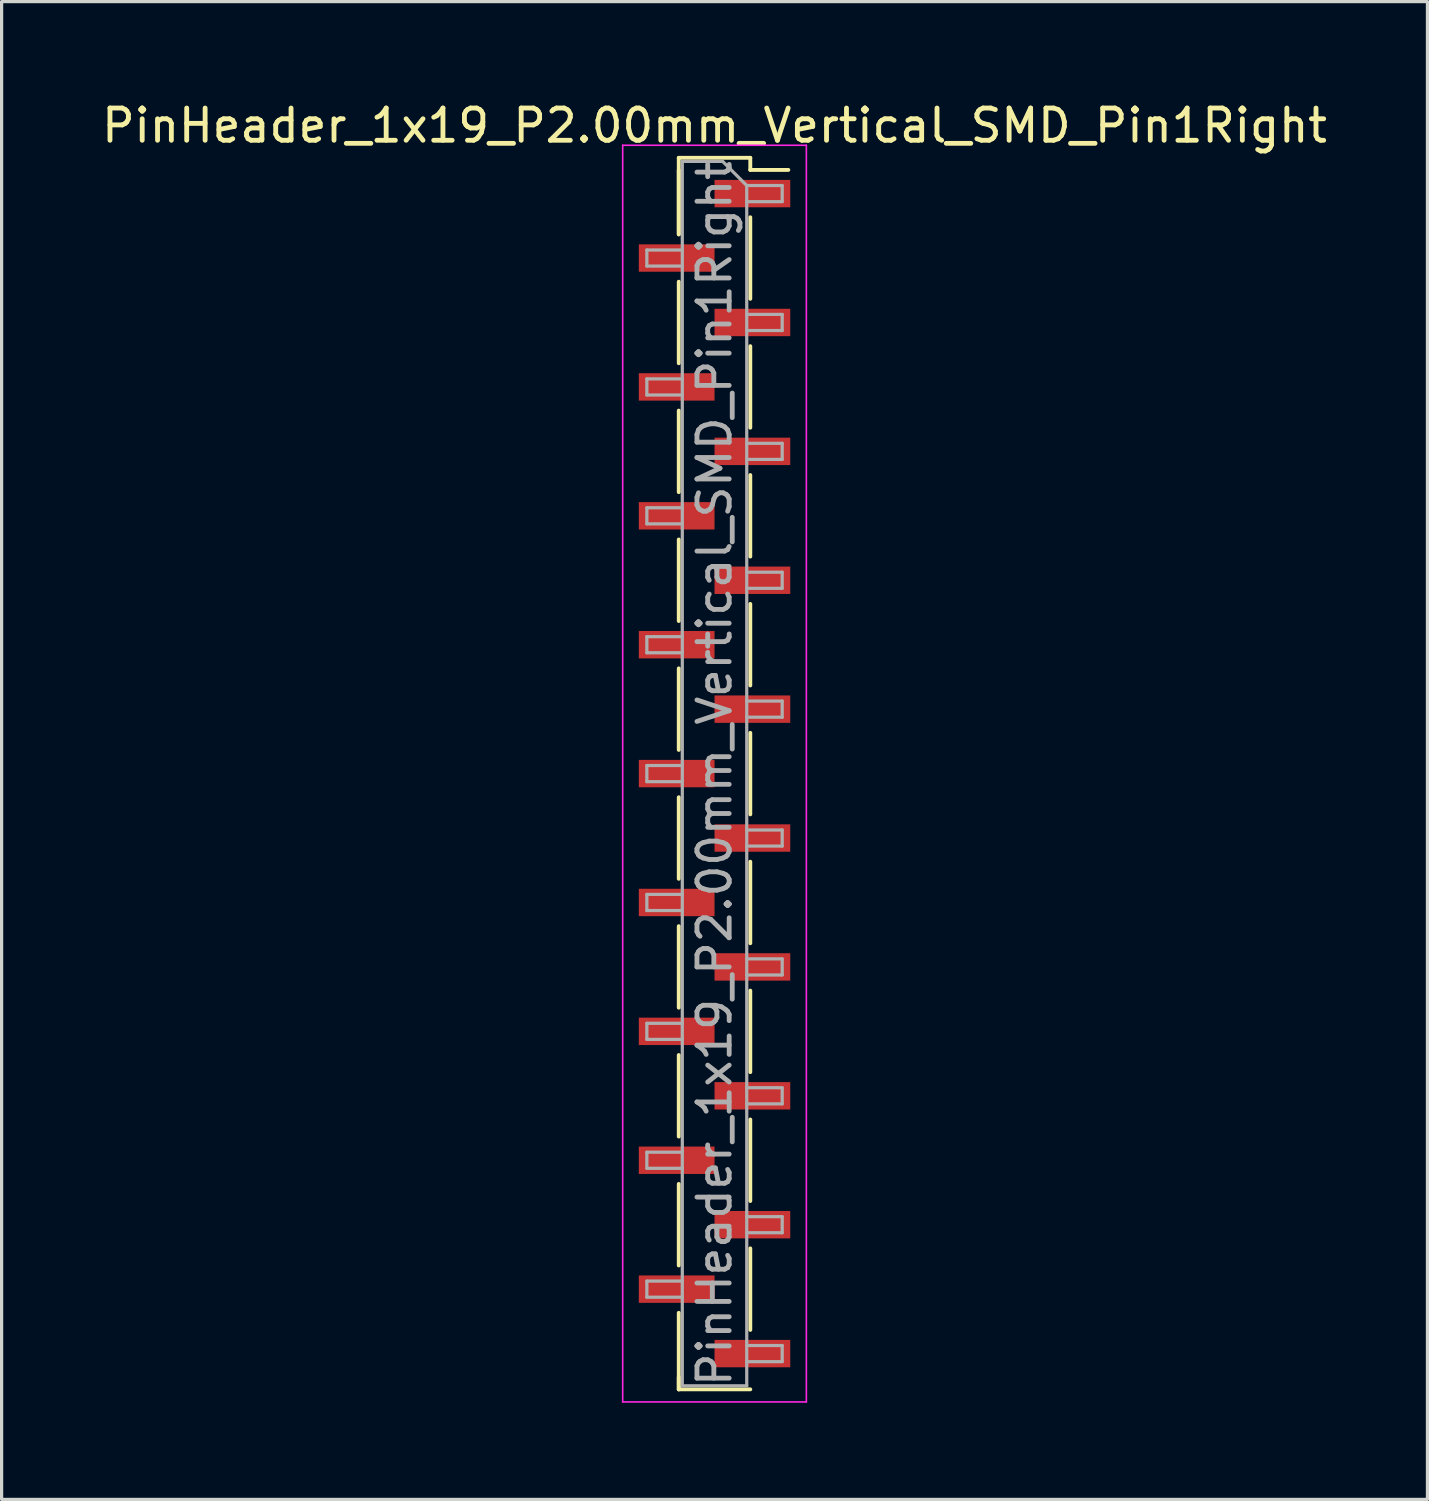
<source format=kicad_pcb>
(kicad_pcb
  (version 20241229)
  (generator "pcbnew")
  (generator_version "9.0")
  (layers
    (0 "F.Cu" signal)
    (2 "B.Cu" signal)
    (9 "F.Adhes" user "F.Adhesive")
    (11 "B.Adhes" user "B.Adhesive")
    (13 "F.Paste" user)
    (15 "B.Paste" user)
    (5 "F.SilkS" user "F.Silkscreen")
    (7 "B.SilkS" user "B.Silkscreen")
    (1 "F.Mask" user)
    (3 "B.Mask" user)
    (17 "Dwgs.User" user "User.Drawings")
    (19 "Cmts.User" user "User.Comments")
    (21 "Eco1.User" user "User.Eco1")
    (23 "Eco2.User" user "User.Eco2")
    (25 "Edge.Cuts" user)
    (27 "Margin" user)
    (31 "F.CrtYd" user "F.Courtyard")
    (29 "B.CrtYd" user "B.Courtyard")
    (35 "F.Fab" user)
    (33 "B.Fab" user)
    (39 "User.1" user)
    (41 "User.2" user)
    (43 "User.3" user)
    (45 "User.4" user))
  (footprint "PinHeader_1x19_P2.00mm_Vertical_SMD_Pin1Right"
    (layer "F.Cu")
    (at 19.125 20.958)
    (property "Reference" "PinHeader_1x19_P2.00mm_Vertical_SMD_Pin1Right" (at 0 -20.11 0) (layer "F.SilkS") (effects (font (size 1 1) (thickness 0.15))))
    (attr smd)
    (fp_line (start -1.11 -19.11) (end -1.11 -16.735) (stroke (width 0.12) (type solid)) (layer "F.SilkS"))
    (fp_line (start -1.11 -19.11) (end 1.11 -19.11) (stroke (width 0.12) (type solid)) (layer "F.SilkS"))
    (fp_line (start -1.11 -18.735) (end -1.11 -16.735) (stroke (width 0.12) (type solid)) (layer "F.SilkS"))
    (fp_line (start -1.11 -15.265) (end -1.11 -12.735) (stroke (width 0.12) (type solid)) (layer "F.SilkS"))
    (fp_line (start -1.11 -11.265) (end -1.11 -8.735) (stroke (width 0.12) (type solid)) (layer "F.SilkS"))
    (fp_line (start -1.11 -7.265) (end -1.11 -4.735) (stroke (width 0.12) (type solid)) (layer "F.SilkS"))
    (fp_line (start -1.11 -3.265) (end -1.11 -0.735) (stroke (width 0.12) (type solid)) (layer "F.SilkS"))
    (fp_line (start -1.11 0.735) (end -1.11 3.265) (stroke (width 0.12) (type solid)) (layer "F.SilkS"))
    (fp_line (start -1.11 4.735) (end -1.11 7.265) (stroke (width 0.12) (type solid)) (layer "F.SilkS"))
    (fp_line (start -1.11 8.735) (end -1.11 11.265) (stroke (width 0.12) (type solid)) (layer "F.SilkS"))
    (fp_line (start -1.11 12.735) (end -1.11 15.265) (stroke (width 0.12) (type solid)) (layer "F.SilkS"))
    (fp_line (start -1.11 16.735) (end -1.11 19.11) (stroke (width 0.12) (type solid)) (layer "F.SilkS"))
    (fp_line (start -1.11 18.735) (end -1.11 19.11) (stroke (width 0.12) (type solid)) (layer "F.SilkS"))
    (fp_line (start -1.11 19.11) (end 1.11 19.11) (stroke (width 0.12) (type solid)) (layer "F.SilkS"))
    (fp_line (start 1.11 -19.11) (end 1.11 -18.735) (stroke (width 0.12) (type solid)) (layer "F.SilkS"))
    (fp_line (start 1.11 -18.735) (end 2.29 -18.735) (stroke (width 0.12) (type solid)) (layer "F.SilkS"))
    (fp_line (start 1.11 -17.265) (end 1.11 -14.735) (stroke (width 0.12) (type solid)) (layer "F.SilkS"))
    (fp_line (start 1.11 -13.265) (end 1.11 -10.735) (stroke (width 0.12) (type solid)) (layer "F.SilkS"))
    (fp_line (start 1.11 -9.265) (end 1.11 -6.735) (stroke (width 0.12) (type solid)) (layer "F.SilkS"))
    (fp_line (start 1.11 -5.265) (end 1.11 -2.735) (stroke (width 0.12) (type solid)) (layer "F.SilkS"))
    (fp_line (start 1.11 -1.265) (end 1.11 1.265) (stroke (width 0.12) (type solid)) (layer "F.SilkS"))
    (fp_line (start 1.11 2.735) (end 1.11 5.265) (stroke (width 0.12) (type solid)) (layer "F.SilkS"))
    (fp_line (start 1.11 6.735) (end 1.11 9.265) (stroke (width 0.12) (type solid)) (layer "F.SilkS"))
    (fp_line (start 1.11 10.735) (end 1.11 13.265) (stroke (width 0.12) (type solid)) (layer "F.SilkS"))
    (fp_line (start 1.11 14.735) (end 1.11 17.265) (stroke (width 0.12) (type solid)) (layer "F.SilkS"))
    (fp_line (start -2.85 -19.5) (end -2.85 19.5) (stroke (width 0.05) (type solid)) (layer "F.CrtYd"))
    (fp_line (start -2.85 19.5) (end 2.85 19.5) (stroke (width 0.05) (type solid)) (layer "F.CrtYd"))
    (fp_line (start 2.85 -19.5) (end -2.85 -19.5) (stroke (width 0.05) (type solid)) (layer "F.CrtYd"))
    (fp_line (start 2.85 19.5) (end 2.85 -19.5) (stroke (width 0.05) (type solid)) (layer "F.CrtYd"))
    (fp_line (start -2.1 -16.25) (end -2.1 -15.75) (stroke (width 0.1) (type solid)) (layer "F.Fab"))
    (fp_line (start -2.1 -15.75) (end -1 -15.75) (stroke (width 0.1) (type solid)) (layer "F.Fab"))
    (fp_line (start -2.1 -12.25) (end -2.1 -11.75) (stroke (width 0.1) (type solid)) (layer "F.Fab"))
    (fp_line (start -2.1 -11.75) (end -1 -11.75) (stroke (width 0.1) (type solid)) (layer "F.Fab"))
    (fp_line (start -2.1 -8.25) (end -2.1 -7.75) (stroke (width 0.1) (type solid)) (layer "F.Fab"))
    (fp_line (start -2.1 -7.75) (end -1 -7.75) (stroke (width 0.1) (type solid)) (layer "F.Fab"))
    (fp_line (start -2.1 -4.25) (end -2.1 -3.75) (stroke (width 0.1) (type solid)) (layer "F.Fab"))
    (fp_line (start -2.1 -3.75) (end -1 -3.75) (stroke (width 0.1) (type solid)) (layer "F.Fab"))
    (fp_line (start -2.1 -0.25) (end -2.1 0.25) (stroke (width 0.1) (type solid)) (layer "F.Fab"))
    (fp_line (start -2.1 0.25) (end -1 0.25) (stroke (width 0.1) (type solid)) (layer "F.Fab"))
    (fp_line (start -2.1 3.75) (end -2.1 4.25) (stroke (width 0.1) (type solid)) (layer "F.Fab"))
    (fp_line (start -2.1 4.25) (end -1 4.25) (stroke (width 0.1) (type solid)) (layer "F.Fab"))
    (fp_line (start -2.1 7.75) (end -2.1 8.25) (stroke (width 0.1) (type solid)) (layer "F.Fab"))
    (fp_line (start -2.1 8.25) (end -1 8.25) (stroke (width 0.1) (type solid)) (layer "F.Fab"))
    (fp_line (start -2.1 11.75) (end -2.1 12.25) (stroke (width 0.1) (type solid)) (layer "F.Fab"))
    (fp_line (start -2.1 12.25) (end -1 12.25) (stroke (width 0.1) (type solid)) (layer "F.Fab"))
    (fp_line (start -2.1 15.75) (end -2.1 16.25) (stroke (width 0.1) (type solid)) (layer "F.Fab"))
    (fp_line (start -2.1 16.25) (end -1 16.25) (stroke (width 0.1) (type solid)) (layer "F.Fab"))
    (fp_line (start -1 -19) (end -1 19) (stroke (width 0.1) (type solid)) (layer "F.Fab"))
    (fp_line (start -1 -19) (end 0.25 -19) (stroke (width 0.1) (type solid)) (layer "F.Fab"))
    (fp_line (start -1 -16.25) (end -2.1 -16.25) (stroke (width 0.1) (type solid)) (layer "F.Fab"))
    (fp_line (start -1 -12.25) (end -2.1 -12.25) (stroke (width 0.1) (type solid)) (layer "F.Fab"))
    (fp_line (start -1 -8.25) (end -2.1 -8.25) (stroke (width 0.1) (type solid)) (layer "F.Fab"))
    (fp_line (start -1 -4.25) (end -2.1 -4.25) (stroke (width 0.1) (type solid)) (layer "F.Fab"))
    (fp_line (start -1 -0.25) (end -2.1 -0.25) (stroke (width 0.1) (type solid)) (layer "F.Fab"))
    (fp_line (start -1 3.75) (end -2.1 3.75) (stroke (width 0.1) (type solid)) (layer "F.Fab"))
    (fp_line (start -1 7.75) (end -2.1 7.75) (stroke (width 0.1) (type solid)) (layer "F.Fab"))
    (fp_line (start -1 11.75) (end -2.1 11.75) (stroke (width 0.1) (type solid)) (layer "F.Fab"))
    (fp_line (start -1 15.75) (end -2.1 15.75) (stroke (width 0.1) (type solid)) (layer "F.Fab"))
    (fp_line (start 1 -18.25) (end 0.25 -19) (stroke (width 0.1) (type solid)) (layer "F.Fab"))
    (fp_line (start 1 -18.25) (end 2.1 -18.25) (stroke (width 0.1) (type solid)) (layer "F.Fab"))
    (fp_line (start 1 -14.25) (end 2.1 -14.25) (stroke (width 0.1) (type solid)) (layer "F.Fab"))
    (fp_line (start 1 -10.25) (end 2.1 -10.25) (stroke (width 0.1) (type solid)) (layer "F.Fab"))
    (fp_line (start 1 -6.25) (end 2.1 -6.25) (stroke (width 0.1) (type solid)) (layer "F.Fab"))
    (fp_line (start 1 -2.25) (end 2.1 -2.25) (stroke (width 0.1) (type solid)) (layer "F.Fab"))
    (fp_line (start 1 1.75) (end 2.1 1.75) (stroke (width 0.1) (type solid)) (layer "F.Fab"))
    (fp_line (start 1 5.75) (end 2.1 5.75) (stroke (width 0.1) (type solid)) (layer "F.Fab"))
    (fp_line (start 1 9.75) (end 2.1 9.75) (stroke (width 0.1) (type solid)) (layer "F.Fab"))
    (fp_line (start 1 13.75) (end 2.1 13.75) (stroke (width 0.1) (type solid)) (layer "F.Fab"))
    (fp_line (start 1 17.75) (end 2.1 17.75) (stroke (width 0.1) (type solid)) (layer "F.Fab"))
    (fp_line (start 1 19) (end -1 19) (stroke (width 0.1) (type solid)) (layer "F.Fab"))
    (fp_line (start 1 19) (end 1 -18.25) (stroke (width 0.1) (type solid)) (layer "F.Fab"))
    (fp_line (start 2.1 -18.25) (end 2.1 -17.75) (stroke (width 0.1) (type solid)) (layer "F.Fab"))
    (fp_line (start 2.1 -17.75) (end 1 -17.75) (stroke (width 0.1) (type solid)) (layer "F.Fab"))
    (fp_line (start 2.1 -14.25) (end 2.1 -13.75) (stroke (width 0.1) (type solid)) (layer "F.Fab"))
    (fp_line (start 2.1 -13.75) (end 1 -13.75) (stroke (width 0.1) (type solid)) (layer "F.Fab"))
    (fp_line (start 2.1 -10.25) (end 2.1 -9.75) (stroke (width 0.1) (type solid)) (layer "F.Fab"))
    (fp_line (start 2.1 -9.75) (end 1 -9.75) (stroke (width 0.1) (type solid)) (layer "F.Fab"))
    (fp_line (start 2.1 -6.25) (end 2.1 -5.75) (stroke (width 0.1) (type solid)) (layer "F.Fab"))
    (fp_line (start 2.1 -5.75) (end 1 -5.75) (stroke (width 0.1) (type solid)) (layer "F.Fab"))
    (fp_line (start 2.1 -2.25) (end 2.1 -1.75) (stroke (width 0.1) (type solid)) (layer "F.Fab"))
    (fp_line (start 2.1 -1.75) (end 1 -1.75) (stroke (width 0.1) (type solid)) (layer "F.Fab"))
    (fp_line (start 2.1 1.75) (end 2.1 2.25) (stroke (width 0.1) (type solid)) (layer "F.Fab"))
    (fp_line (start 2.1 2.25) (end 1 2.25) (stroke (width 0.1) (type solid)) (layer "F.Fab"))
    (fp_line (start 2.1 5.75) (end 2.1 6.25) (stroke (width 0.1) (type solid)) (layer "F.Fab"))
    (fp_line (start 2.1 6.25) (end 1 6.25) (stroke (width 0.1) (type solid)) (layer "F.Fab"))
    (fp_line (start 2.1 9.75) (end 2.1 10.25) (stroke (width 0.1) (type solid)) (layer "F.Fab"))
    (fp_line (start 2.1 10.25) (end 1 10.25) (stroke (width 0.1) (type solid)) (layer "F.Fab"))
    (fp_line (start 2.1 13.75) (end 2.1 14.25) (stroke (width 0.1) (type solid)) (layer "F.Fab"))
    (fp_line (start 2.1 14.25) (end 1 14.25) (stroke (width 0.1) (type solid)) (layer "F.Fab"))
    (fp_line (start 2.1 17.75) (end 2.1 18.25) (stroke (width 0.1) (type solid)) (layer "F.Fab"))
    (fp_line (start 2.1 18.25) (end 1 18.25) (stroke (width 0.1) (type solid)) (layer "F.Fab"))
    (fp_text user "${REFERENCE}" (at 0 0 90) (layer "F.Fab") (effects (font (size 1 1) (thickness 0.15))))
    (pad "1" smd rect (at 1.175 -18) (size 2.35 0.85) (layers "F.Cu" "F.Mask" "F.Paste"))
    (pad "2" smd rect (at -1.175 -16) (size 2.35 0.85) (layers "F.Cu" "F.Mask" "F.Paste"))
    (pad "3" smd rect (at 1.175 -14) (size 2.35 0.85) (layers "F.Cu" "F.Mask" "F.Paste"))
    (pad "4" smd rect (at -1.175 -12) (size 2.35 0.85) (layers "F.Cu" "F.Mask" "F.Paste"))
    (pad "5" smd rect (at 1.175 -10) (size 2.35 0.85) (layers "F.Cu" "F.Mask" "F.Paste"))
    (pad "6" smd rect (at -1.175 -8) (size 2.35 0.85) (layers "F.Cu" "F.Mask" "F.Paste"))
    (pad "7" smd rect (at 1.175 -6) (size 2.35 0.85) (layers "F.Cu" "F.Mask" "F.Paste"))
    (pad "8" smd rect (at -1.175 -4) (size 2.35 0.85) (layers "F.Cu" "F.Mask" "F.Paste"))
    (pad "9" smd rect (at 1.175 -2) (size 2.35 0.85) (layers "F.Cu" "F.Mask" "F.Paste"))
    (pad "10" smd rect (at -1.175 0) (size 2.35 0.85) (layers "F.Cu" "F.Mask" "F.Paste"))
    (pad "11" smd rect (at 1.175 2) (size 2.35 0.85) (layers "F.Cu" "F.Mask" "F.Paste"))
    (pad "12" smd rect (at -1.175 4) (size 2.35 0.85) (layers "F.Cu" "F.Mask" "F.Paste"))
    (pad "13" smd rect (at 1.175 6) (size 2.35 0.85) (layers "F.Cu" "F.Mask" "F.Paste"))
    (pad "14" smd rect (at -1.175 8) (size 2.35 0.85) (layers "F.Cu" "F.Mask" "F.Paste"))
    (pad "15" smd rect (at 1.175 10) (size 2.35 0.85) (layers "F.Cu" "F.Mask" "F.Paste"))
    (pad "16" smd rect (at -1.175 12) (size 2.35 0.85) (layers "F.Cu" "F.Mask" "F.Paste"))
    (pad "17" smd rect (at 1.175 14) (size 2.35 0.85) (layers "F.Cu" "F.Mask" "F.Paste"))
    (pad "18" smd rect (at -1.175 16) (size 2.35 0.85) (layers "F.Cu" "F.Mask" "F.Paste"))
    (pad "19" smd rect (at 1.175 18) (size 2.35 0.85) (layers "F.Cu" "F.Mask" "F.Paste")))
  (gr_rect
    (start -3 -3)
    (end 41.25 43.483)
    (stroke (width 0.1) (type default))
    (fill no)
    (layer "Edge.Cuts")))
</source>
